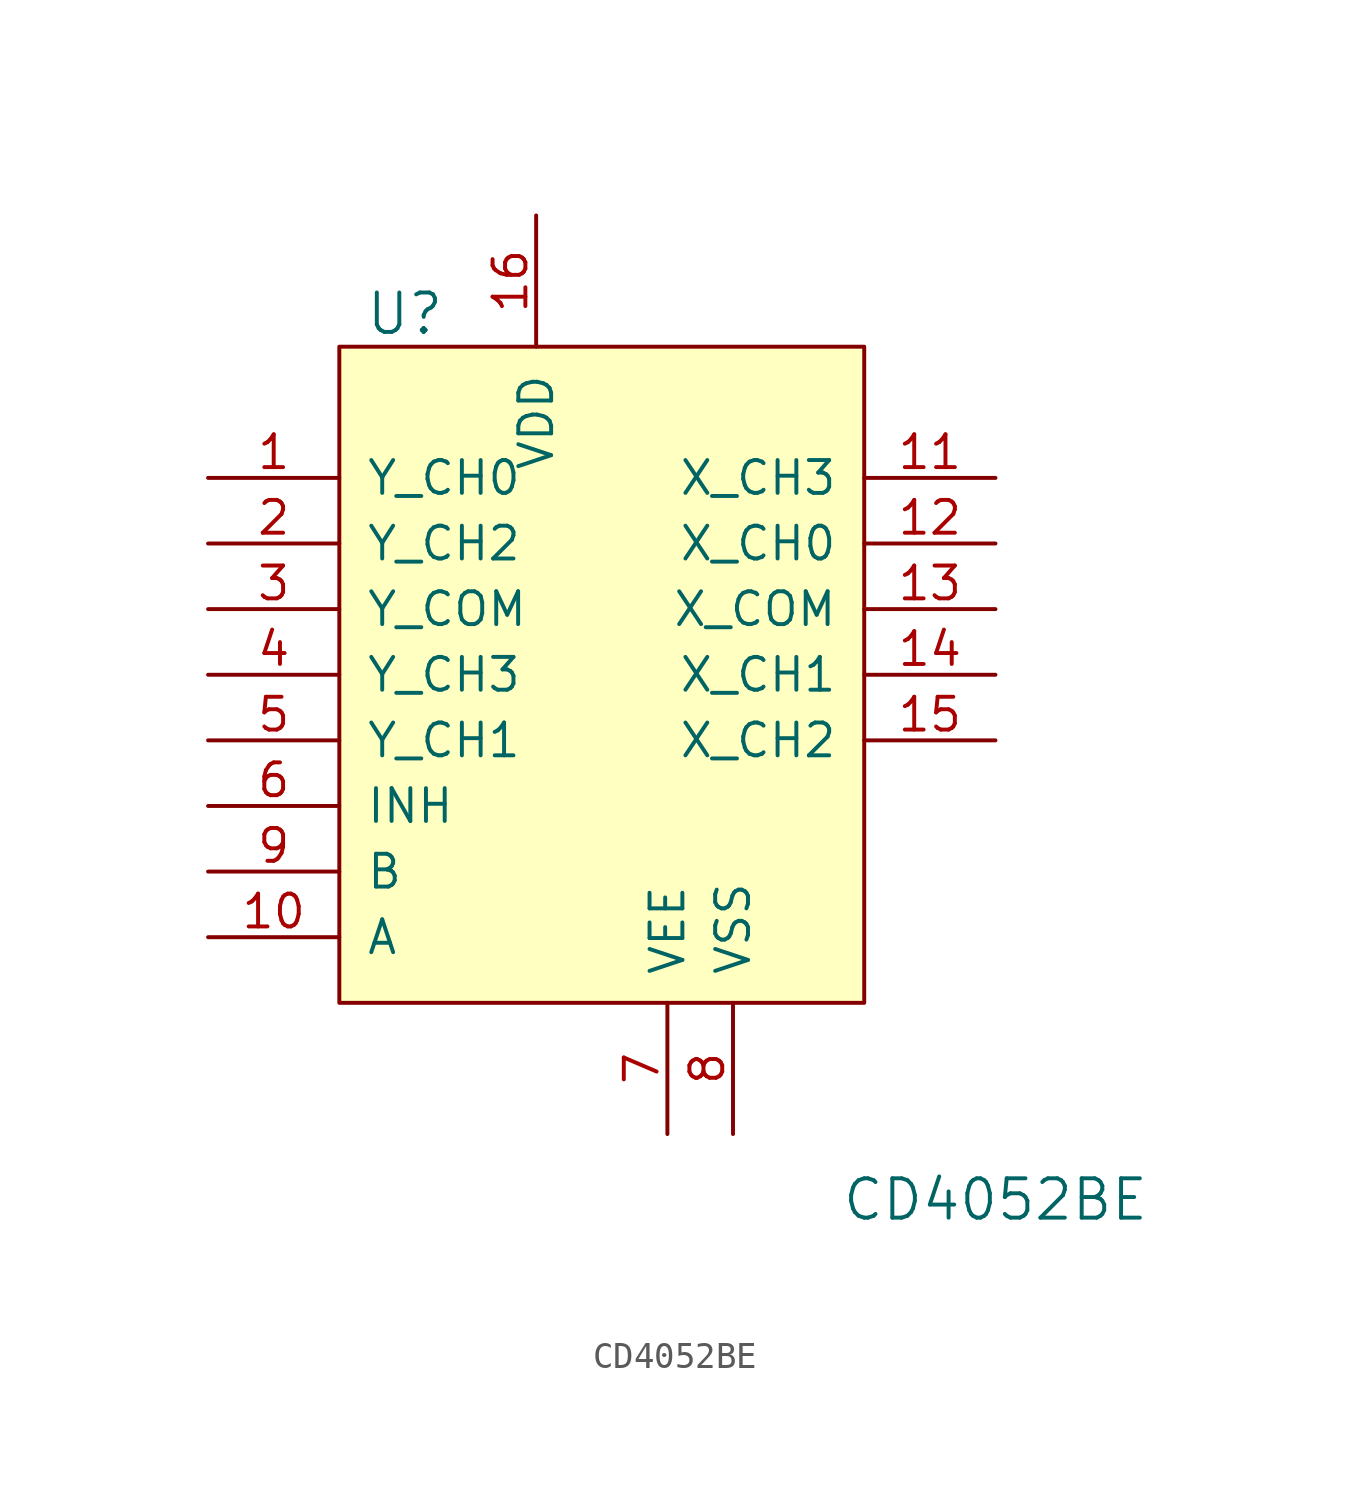
<source format=kicad_sym>
(kicad_symbol_lib
  (version 20211014)
  (generator kicad_symbol_editor)
  (symbol "CD4052BE"
    (pin_names
      (offset 1.016))
    (property "Reference" "U"
      (at -7.62 13.97 0)
      (effects (font (size 1.524 1.524))))
    (property "Value" "CD4052BE"
      (at 15.24 -20.32 0)
      (effects (font (size 1.524 1.524))))
    (symbol "CD4052BE_0_1"
      (rectangle (start -10.16 12.7) (end 10.16 -12.7) (stroke (width 0) (type default) (color 0 0 0 0)) (fill (type background))))
    (symbol "CD4052BE_1_1"
      (pin bidirectional line (at -15.24 7.62 0) (length 5.08) (name "Y_CH0" (effects (font (size 1.27 1.27)))) (number "1" (effects (font (size 1.27 1.27)))))
      (pin input line (at -15.24 -10.16 0) (length 5.08) (name "A" (effects (font (size 1.27 1.27)))) (number "10" (effects (font (size 1.27 1.27)))))
      (pin bidirectional line (at 15.24 7.62 180) (length 5.08) (name "X_CH3" (effects (font (size 1.27 1.27)))) (number "11" (effects (font (size 1.27 1.27)))))
      (pin bidirectional line (at 15.24 5.08 180) (length 5.08) (name "X_CH0" (effects (font (size 1.27 1.27)))) (number "12" (effects (font (size 1.27 1.27)))))
      (pin bidirectional line (at 15.24 2.54 180) (length 5.08) (name "X_COM" (effects (font (size 1.27 1.27)))) (number "13" (effects (font (size 1.27 1.27)))))
      (pin bidirectional line (at 15.24 0 180) (length 5.08) (name "X_CH1" (effects (font (size 1.27 1.27)))) (number "14" (effects (font (size 1.27 1.27)))))
      (pin bidirectional line (at 15.24 -2.54 180) (length 5.08) (name "X_CH2" (effects (font (size 1.27 1.27)))) (number "15" (effects (font (size 1.27 1.27)))))
      (pin power_in line (at -2.54 17.78 270) (length 5.08) (name "VDD" (effects (font (size 1.27 1.27)))) (number "16" (effects (font (size 1.27 1.27)))))
      (pin bidirectional line (at -15.24 5.08 0) (length 5.08) (name "Y_CH2" (effects (font (size 1.27 1.27)))) (number "2" (effects (font (size 1.27 1.27)))))
      (pin bidirectional line (at -15.24 2.54 0) (length 5.08) (name "Y_COM" (effects (font (size 1.27 1.27)))) (number "3" (effects (font (size 1.27 1.27)))))
      (pin bidirectional line (at -15.24 0 0) (length 5.08) (name "Y_CH3" (effects (font (size 1.27 1.27)))) (number "4" (effects (font (size 1.27 1.27)))))
      (pin bidirectional line (at -15.24 -2.54 0) (length 5.08) (name "Y_CH1" (effects (font (size 1.27 1.27)))) (number "5" (effects (font (size 1.27 1.27)))))
      (pin input line (at -15.24 -5.08 0) (length 5.08) (name "INH" (effects (font (size 1.27 1.27)))) (number "6" (effects (font (size 1.27 1.27)))))
      (pin power_in line (at 2.54 -17.78 90) (length 5.08) (name "VEE" (effects (font (size 1.27 1.27)))) (number "7" (effects (font (size 1.27 1.27)))))
      (pin power_in line (at 5.08 -17.78 90) (length 5.08) (name "VSS" (effects (font (size 1.27 1.27)))) (number "8" (effects (font (size 1.27 1.27)))))
      (pin input line (at -15.24 -7.62 0) (length 5.08) (name "B" (effects (font (size 1.27 1.27)))) (number "9" (effects (font (size 1.27 1.27))))))))
</source>
